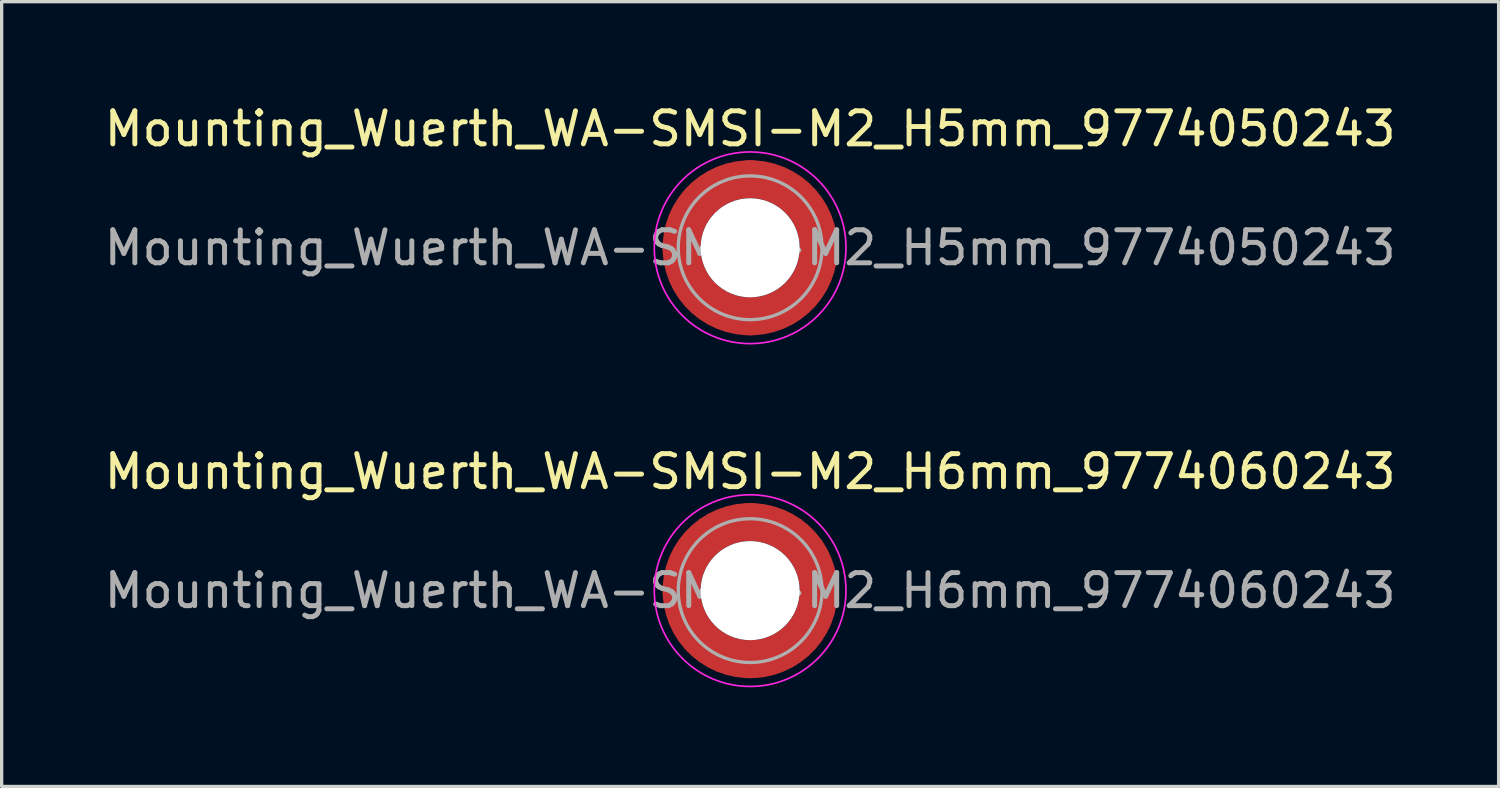
<source format=kicad_pcb>
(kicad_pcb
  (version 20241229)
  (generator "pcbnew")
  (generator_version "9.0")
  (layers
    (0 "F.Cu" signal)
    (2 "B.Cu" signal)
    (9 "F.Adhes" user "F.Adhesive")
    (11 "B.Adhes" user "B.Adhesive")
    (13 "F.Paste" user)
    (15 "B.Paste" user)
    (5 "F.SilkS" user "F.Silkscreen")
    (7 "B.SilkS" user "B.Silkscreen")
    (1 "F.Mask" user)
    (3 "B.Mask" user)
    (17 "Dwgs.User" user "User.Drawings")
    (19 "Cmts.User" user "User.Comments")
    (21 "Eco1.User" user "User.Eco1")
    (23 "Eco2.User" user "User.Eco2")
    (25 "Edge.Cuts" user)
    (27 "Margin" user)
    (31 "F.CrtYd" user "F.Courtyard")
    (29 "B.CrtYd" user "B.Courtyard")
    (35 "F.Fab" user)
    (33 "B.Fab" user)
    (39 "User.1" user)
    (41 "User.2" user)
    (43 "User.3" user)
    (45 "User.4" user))
  (footprint "Mounting_Wuerth_WA-SMSI-M2_H5mm_9774050243"
    (layer "F.Cu")
    (at 19.649 4.448)
    (property "Reference" "Mounting_Wuerth_WA-SMSI-M2_H5mm_9774050243" (at 0 -3.6 0) (layer "F.SilkS") (effects (font (size 1 1) (thickness 0.15))))
    (attr smd)
    (fp_circle (center 0 0) (end 2.9 0) (stroke (width 0.05) (type solid)) (fill no) (layer "F.CrtYd"))
    (fp_circle (center 0 0) (end 2.175 0) (stroke (width 0.1) (type solid)) (fill no) (layer "F.Fab"))
    (fp_text user "${REFERENCE}" (at 0 0 0) (layer "F.Fab") (effects (font (size 1 1) (thickness 0.15))))
    (pad "" smd custom (at -1.453 -1.453) (size 1.01 1.01) (layers "F.Paste") (options (anchor circle)) (primitives (gr_arc (start -0.262632 0.900604) (mid 0.178544 0.178544) (end 0.900604 -0.262632) (width 0.505)) (gr_arc (start -0.526231 0.900604) (mid 0 0) (end 0.900604 -0.526231) (width 0.505)) (gr_arc (start -0.787275 0.900604) (mid -0.178545 -0.178545) (end 0.900604 -0.787275) (width 0.505)) (gr_line (start 0.901 -0.263) (end 0.901 -0.787) (width 0.505)) (gr_line (start -0.263 0.901) (end -0.787 0.901) (width 0.505))))
    (pad "" smd custom (at -1.453 1.453) (size 1.01 1.01) (layers "F.Paste") (options (anchor circle)) (primitives (gr_arc (start 0.900604 0.262632) (mid 0.178544 -0.178544) (end -0.262632 -0.900604) (width 0.505)) (gr_arc (start 0.900604 0.526231) (mid 0 0) (end -0.526231 -0.900604) (width 0.505)) (gr_arc (start 0.900604 0.787275) (mid -0.178545 0.178545) (end -0.787275 -0.900604) (width 0.505)) (gr_line (start -0.263 -0.901) (end -0.787 -0.901) (width 0.505)) (gr_line (start 0.901 0.263) (end 0.901 0.787) (width 0.505))))
    (pad "" np_thru_hole circle (at 0 0) (size 3 3) (drill 3) (layers "*.Cu" "*.Mask"))
    (pad "" smd custom (at 1.453 -1.453) (size 1.01 1.01) (layers "F.Paste") (options (anchor circle)) (primitives (gr_arc (start -0.900604 -0.262632) (mid -0.178544 0.178544) (end 0.262632 0.900604) (width 0.505)) (gr_arc (start -0.900604 -0.526231) (mid 0 0) (end 0.526231 0.900604) (width 0.505)) (gr_arc (start -0.900604 -0.787275) (mid 0.178545 -0.178545) (end 0.787275 0.900604) (width 0.505)) (gr_line (start 0.263 0.901) (end 0.787 0.901) (width 0.505)) (gr_line (start -0.901 -0.263) (end -0.901 -0.787) (width 0.505))))
    (pad "" smd custom (at 1.453 1.453) (size 1.01 1.01) (layers "F.Paste") (options (anchor circle)) (primitives (gr_arc (start 0.262632 -0.900604) (mid -0.178544 -0.178544) (end -0.900604 0.262632) (width 0.505)) (gr_arc (start 0.526231 -0.900604) (mid 0 0) (end -0.900604 0.526231) (width 0.505)) (gr_arc (start 0.787275 -0.900604) (mid 0.178545 0.178545) (end -0.900604 0.787275) (width 0.505)) (gr_line (start -0.901 0.263) (end -0.901 0.787) (width 0.505)) (gr_line (start 0.263 -0.901) (end 0.787 -0.901) (width 0.505))))
    (pad "1" smd circle (at -2.075 0) (size 1.15 1.15) (layers "F.Cu"))
    (pad "1" smd circle (at 0 -2.075) (size 1.15 1.15) (layers "F.Cu"))
    (pad "1" smd circle (at 0 2.075) (size 1.15 1.15) (layers "F.Cu"))
    (pad "1" smd custom (at 2.075 0) (size 1.15 1.15) (layers "F.Cu" "F.Mask") (options (anchor circle)) (primitives (gr_circle (center -2.075 0) (end 0 0) (width 1.15) (fill no)))))
  (footprint "Mounting_Wuerth_WA-SMSI-M2_H6mm_9774060243"
    (layer "F.Cu")
    (at 19.649 14.822)
    (property "Reference" "Mounting_Wuerth_WA-SMSI-M2_H6mm_9774060243" (at 0 -3.6 0) (layer "F.SilkS") (effects (font (size 1 1) (thickness 0.15))))
    (attr smd)
    (fp_circle (center 0 0) (end 2.9 0) (stroke (width 0.05) (type solid)) (fill no) (layer "F.CrtYd"))
    (fp_circle (center 0 0) (end 2.175 0) (stroke (width 0.1) (type solid)) (fill no) (layer "F.Fab"))
    (fp_text user "${REFERENCE}" (at 0 0 0) (layer "F.Fab") (effects (font (size 1 1) (thickness 0.15))))
    (pad "" smd custom (at -1.453 -1.453) (size 1.01 1.01) (layers "F.Paste") (options (anchor circle)) (primitives (gr_arc (start -0.262632 0.900604) (mid 0.178544 0.178544) (end 0.900604 -0.262632) (width 0.505)) (gr_arc (start -0.526231 0.900604) (mid 0 0) (end 0.900604 -0.526231) (width 0.505)) (gr_arc (start -0.787275 0.900604) (mid -0.178545 -0.178545) (end 0.900604 -0.787275) (width 0.505)) (gr_line (start 0.901 -0.263) (end 0.901 -0.787) (width 0.505)) (gr_line (start -0.263 0.901) (end -0.787 0.901) (width 0.505))))
    (pad "" smd custom (at -1.453 1.453) (size 1.01 1.01) (layers "F.Paste") (options (anchor circle)) (primitives (gr_arc (start 0.900604 0.262632) (mid 0.178544 -0.178544) (end -0.262632 -0.900604) (width 0.505)) (gr_arc (start 0.900604 0.526231) (mid 0 0) (end -0.526231 -0.900604) (width 0.505)) (gr_arc (start 0.900604 0.787275) (mid -0.178545 0.178545) (end -0.787275 -0.900604) (width 0.505)) (gr_line (start -0.263 -0.901) (end -0.787 -0.901) (width 0.505)) (gr_line (start 0.901 0.263) (end 0.901 0.787) (width 0.505))))
    (pad "" np_thru_hole circle (at 0 0) (size 3 3) (drill 3) (layers "*.Cu" "*.Mask"))
    (pad "" smd custom (at 1.453 -1.453) (size 1.01 1.01) (layers "F.Paste") (options (anchor circle)) (primitives (gr_arc (start -0.900604 -0.262632) (mid -0.178544 0.178544) (end 0.262632 0.900604) (width 0.505)) (gr_arc (start -0.900604 -0.526231) (mid 0 0) (end 0.526231 0.900604) (width 0.505)) (gr_arc (start -0.900604 -0.787275) (mid 0.178545 -0.178545) (end 0.787275 0.900604) (width 0.505)) (gr_line (start 0.263 0.901) (end 0.787 0.901) (width 0.505)) (gr_line (start -0.901 -0.263) (end -0.901 -0.787) (width 0.505))))
    (pad "" smd custom (at 1.453 1.453) (size 1.01 1.01) (layers "F.Paste") (options (anchor circle)) (primitives (gr_arc (start 0.262632 -0.900604) (mid -0.178544 -0.178544) (end -0.900604 0.262632) (width 0.505)) (gr_arc (start 0.526231 -0.900604) (mid 0 0) (end -0.900604 0.526231) (width 0.505)) (gr_arc (start 0.787275 -0.900604) (mid 0.178545 0.178545) (end -0.900604 0.787275) (width 0.505)) (gr_line (start -0.901 0.263) (end -0.901 0.787) (width 0.505)) (gr_line (start 0.263 -0.901) (end 0.787 -0.901) (width 0.505))))
    (pad "1" smd circle (at -2.075 0) (size 1.15 1.15) (layers "F.Cu"))
    (pad "1" smd circle (at 0 -2.075) (size 1.15 1.15) (layers "F.Cu"))
    (pad "1" smd circle (at 0 2.075) (size 1.15 1.15) (layers "F.Cu"))
    (pad "1" smd custom (at 2.075 0) (size 1.15 1.15) (layers "F.Cu" "F.Mask") (options (anchor circle)) (primitives (gr_circle (center -2.075 0) (end 0 0) (width 1.15) (fill no)))))
  (gr_rect
    (start -3 -3)
    (end 42.298 20.747)
    (stroke (width 0.1) (type default))
    (fill no)
    (layer "Edge.Cuts")))
</source>
